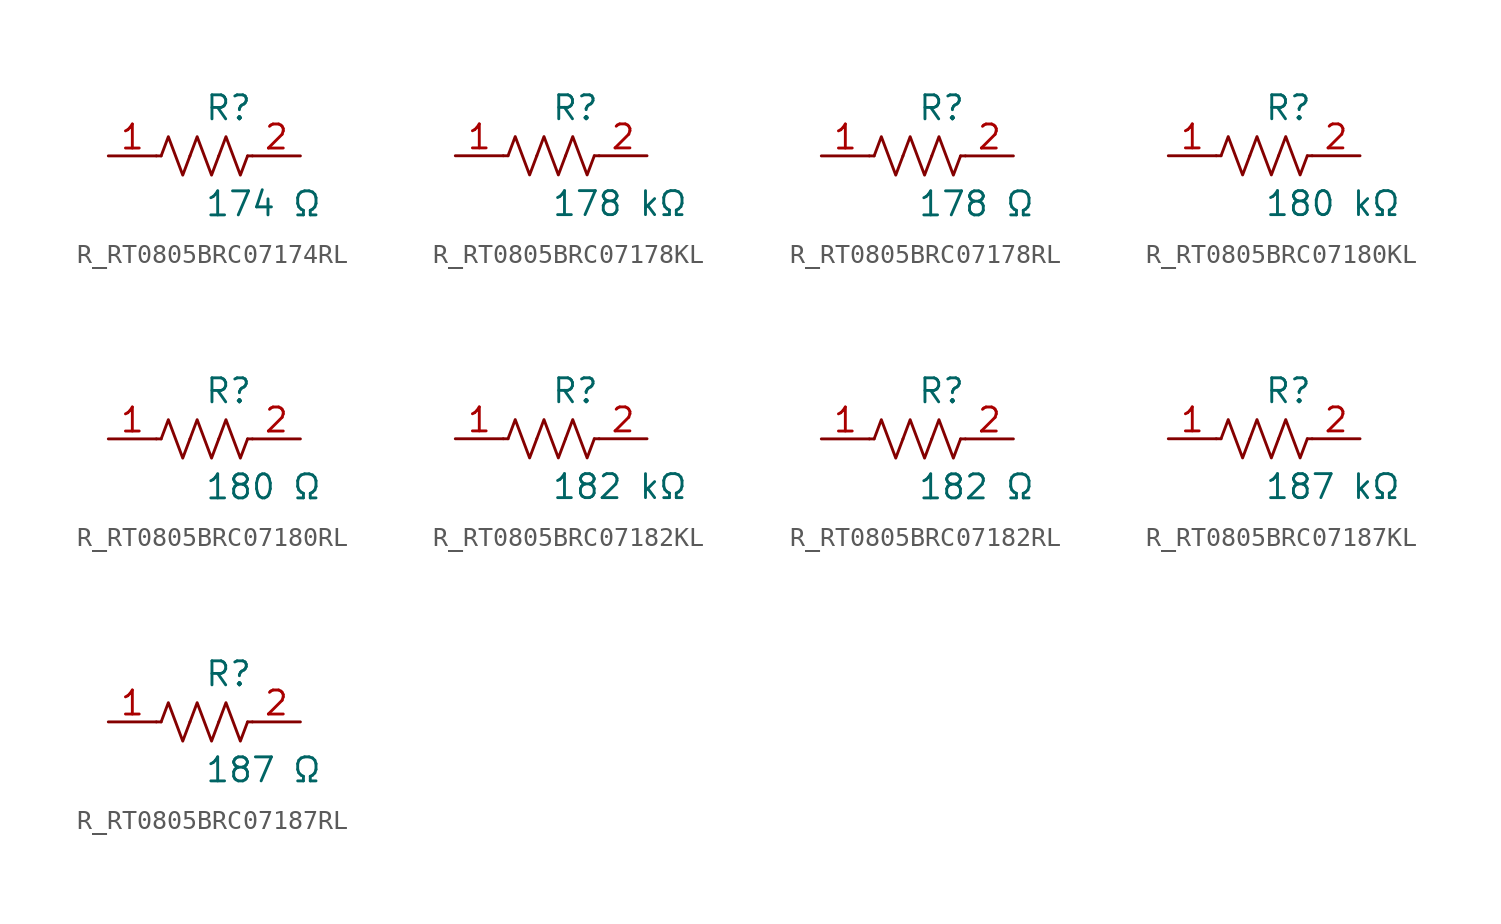
<source format=kicad_sym>
(kicad_symbol_lib
  (version 20231120)
  (generator kicad_symbol_editor)
  (generator_version 8.0)
  (symbol "R_RT0805BRC07174RL"
    (pin_names
      (offset 0.254))
    (property "Reference" "R"
      (at 0 2.54 0)
      (effects (font (size 1.27 1.27)) (justify left)))
    (property "Value" "174 Ω"
      (at 0 -2.54 0)
      (effects (font (size 1.27 1.27)) (justify left)))
    (symbol "R_RT0805BRC07174RL_0_1"
      (polyline (pts (xy 2.286 0) (xy 2.54 0)) (stroke (width 0) (type default)) (fill (type none)))
      (polyline (pts (xy -2.286 0) (xy -2.54 0)) (stroke (width 0) (type default)) (fill (type none)))
      (polyline (pts (xy 0.762 0) (xy 1.143 1.016) (xy 1.524 0) (xy 1.905 -1.016) (xy 2.286 0)) (stroke (width 0) (type default)) (fill (type none)))
      (polyline (pts (xy -0.762 0) (xy -0.381 1.016) (xy 0 0) (xy 0.381 -1.016) (xy 0.762 0)) (stroke (width 0) (type default)) (fill (type none)))
      (polyline (pts (xy -2.286 0) (xy -1.905 1.016) (xy -1.524 0) (xy -1.143 -1.016) (xy -0.762 0)) (stroke (width 0) (type default)) (fill (type none))))
    (pin unspecified line
      (at -5.08 0 0)
      (length 2.54)
      (name "" (effects (font (size 1.27 1.27))))
      (number "1" (effects (font (size 1.27 1.27)))))
    (pin unspecified line
      (at 5.08 0 180)
      (length 2.54)
      (name "" (effects (font (size 1.27 1.27))))
      (number "2" (effects (font (size 1.27 1.27))))))
  (symbol "R_RT0805BRC07178KL"
    (pin_names
      (offset 0.254))
    (property "Reference" "R"
      (at 0 2.54 0)
      (effects (font (size 1.27 1.27)) (justify left)))
    (property "Value" "178 kΩ"
      (at 0 -2.54 0)
      (effects (font (size 1.27 1.27)) (justify left)))
    (symbol "R_RT0805BRC07178KL_0_1"
      (polyline (pts (xy 2.286 0) (xy 2.54 0)) (stroke (width 0) (type default)) (fill (type none)))
      (polyline (pts (xy -2.286 0) (xy -2.54 0)) (stroke (width 0) (type default)) (fill (type none)))
      (polyline (pts (xy 0.762 0) (xy 1.143 1.016) (xy 1.524 0) (xy 1.905 -1.016) (xy 2.286 0)) (stroke (width 0) (type default)) (fill (type none)))
      (polyline (pts (xy -0.762 0) (xy -0.381 1.016) (xy 0 0) (xy 0.381 -1.016) (xy 0.762 0)) (stroke (width 0) (type default)) (fill (type none)))
      (polyline (pts (xy -2.286 0) (xy -1.905 1.016) (xy -1.524 0) (xy -1.143 -1.016) (xy -0.762 0)) (stroke (width 0) (type default)) (fill (type none))))
    (pin unspecified line
      (at -5.08 0 0)
      (length 2.54)
      (name "" (effects (font (size 1.27 1.27))))
      (number "1" (effects (font (size 1.27 1.27)))))
    (pin unspecified line
      (at 5.08 0 180)
      (length 2.54)
      (name "" (effects (font (size 1.27 1.27))))
      (number "2" (effects (font (size 1.27 1.27))))))
  (symbol "R_RT0805BRC07178RL"
    (pin_names
      (offset 0.254))
    (property "Reference" "R"
      (at 0 2.54 0)
      (effects (font (size 1.27 1.27)) (justify left)))
    (property "Value" "178 Ω"
      (at 0 -2.54 0)
      (effects (font (size 1.27 1.27)) (justify left)))
    (symbol "R_RT0805BRC07178RL_0_1"
      (polyline (pts (xy 2.286 0) (xy 2.54 0)) (stroke (width 0) (type default)) (fill (type none)))
      (polyline (pts (xy -2.286 0) (xy -2.54 0)) (stroke (width 0) (type default)) (fill (type none)))
      (polyline (pts (xy 0.762 0) (xy 1.143 1.016) (xy 1.524 0) (xy 1.905 -1.016) (xy 2.286 0)) (stroke (width 0) (type default)) (fill (type none)))
      (polyline (pts (xy -0.762 0) (xy -0.381 1.016) (xy 0 0) (xy 0.381 -1.016) (xy 0.762 0)) (stroke (width 0) (type default)) (fill (type none)))
      (polyline (pts (xy -2.286 0) (xy -1.905 1.016) (xy -1.524 0) (xy -1.143 -1.016) (xy -0.762 0)) (stroke (width 0) (type default)) (fill (type none))))
    (pin unspecified line
      (at -5.08 0 0)
      (length 2.54)
      (name "" (effects (font (size 1.27 1.27))))
      (number "1" (effects (font (size 1.27 1.27)))))
    (pin unspecified line
      (at 5.08 0 180)
      (length 2.54)
      (name "" (effects (font (size 1.27 1.27))))
      (number "2" (effects (font (size 1.27 1.27))))))
  (symbol "R_RT0805BRC07180KL"
    (pin_names
      (offset 0.254))
    (property "Reference" "R"
      (at 0 2.54 0)
      (effects (font (size 1.27 1.27)) (justify left)))
    (property "Value" "180 kΩ"
      (at 0 -2.54 0)
      (effects (font (size 1.27 1.27)) (justify left)))
    (symbol "R_RT0805BRC07180KL_0_1"
      (polyline (pts (xy 2.286 0) (xy 2.54 0)) (stroke (width 0) (type default)) (fill (type none)))
      (polyline (pts (xy -2.286 0) (xy -2.54 0)) (stroke (width 0) (type default)) (fill (type none)))
      (polyline (pts (xy 0.762 0) (xy 1.143 1.016) (xy 1.524 0) (xy 1.905 -1.016) (xy 2.286 0)) (stroke (width 0) (type default)) (fill (type none)))
      (polyline (pts (xy -0.762 0) (xy -0.381 1.016) (xy 0 0) (xy 0.381 -1.016) (xy 0.762 0)) (stroke (width 0) (type default)) (fill (type none)))
      (polyline (pts (xy -2.286 0) (xy -1.905 1.016) (xy -1.524 0) (xy -1.143 -1.016) (xy -0.762 0)) (stroke (width 0) (type default)) (fill (type none))))
    (pin unspecified line
      (at -5.08 0 0)
      (length 2.54)
      (name "" (effects (font (size 1.27 1.27))))
      (number "1" (effects (font (size 1.27 1.27)))))
    (pin unspecified line
      (at 5.08 0 180)
      (length 2.54)
      (name "" (effects (font (size 1.27 1.27))))
      (number "2" (effects (font (size 1.27 1.27))))))
  (symbol "R_RT0805BRC07180RL"
    (pin_names
      (offset 0.254))
    (property "Reference" "R"
      (at 0 2.54 0)
      (effects (font (size 1.27 1.27)) (justify left)))
    (property "Value" "180 Ω"
      (at 0 -2.54 0)
      (effects (font (size 1.27 1.27)) (justify left)))
    (symbol "R_RT0805BRC07180RL_0_1"
      (polyline (pts (xy 2.286 0) (xy 2.54 0)) (stroke (width 0) (type default)) (fill (type none)))
      (polyline (pts (xy -2.286 0) (xy -2.54 0)) (stroke (width 0) (type default)) (fill (type none)))
      (polyline (pts (xy 0.762 0) (xy 1.143 1.016) (xy 1.524 0) (xy 1.905 -1.016) (xy 2.286 0)) (stroke (width 0) (type default)) (fill (type none)))
      (polyline (pts (xy -0.762 0) (xy -0.381 1.016) (xy 0 0) (xy 0.381 -1.016) (xy 0.762 0)) (stroke (width 0) (type default)) (fill (type none)))
      (polyline (pts (xy -2.286 0) (xy -1.905 1.016) (xy -1.524 0) (xy -1.143 -1.016) (xy -0.762 0)) (stroke (width 0) (type default)) (fill (type none))))
    (pin unspecified line
      (at -5.08 0 0)
      (length 2.54)
      (name "" (effects (font (size 1.27 1.27))))
      (number "1" (effects (font (size 1.27 1.27)))))
    (pin unspecified line
      (at 5.08 0 180)
      (length 2.54)
      (name "" (effects (font (size 1.27 1.27))))
      (number "2" (effects (font (size 1.27 1.27))))))
  (symbol "R_RT0805BRC07182KL"
    (pin_names
      (offset 0.254))
    (property "Reference" "R"
      (at 0 2.54 0)
      (effects (font (size 1.27 1.27)) (justify left)))
    (property "Value" "182 kΩ"
      (at 0 -2.54 0)
      (effects (font (size 1.27 1.27)) (justify left)))
    (symbol "R_RT0805BRC07182KL_0_1"
      (polyline (pts (xy 2.286 0) (xy 2.54 0)) (stroke (width 0) (type default)) (fill (type none)))
      (polyline (pts (xy -2.286 0) (xy -2.54 0)) (stroke (width 0) (type default)) (fill (type none)))
      (polyline (pts (xy 0.762 0) (xy 1.143 1.016) (xy 1.524 0) (xy 1.905 -1.016) (xy 2.286 0)) (stroke (width 0) (type default)) (fill (type none)))
      (polyline (pts (xy -0.762 0) (xy -0.381 1.016) (xy 0 0) (xy 0.381 -1.016) (xy 0.762 0)) (stroke (width 0) (type default)) (fill (type none)))
      (polyline (pts (xy -2.286 0) (xy -1.905 1.016) (xy -1.524 0) (xy -1.143 -1.016) (xy -0.762 0)) (stroke (width 0) (type default)) (fill (type none))))
    (pin unspecified line
      (at -5.08 0 0)
      (length 2.54)
      (name "" (effects (font (size 1.27 1.27))))
      (number "1" (effects (font (size 1.27 1.27)))))
    (pin unspecified line
      (at 5.08 0 180)
      (length 2.54)
      (name "" (effects (font (size 1.27 1.27))))
      (number "2" (effects (font (size 1.27 1.27))))))
  (symbol "R_RT0805BRC07182RL"
    (pin_names
      (offset 0.254))
    (property "Reference" "R"
      (at 0 2.54 0)
      (effects (font (size 1.27 1.27)) (justify left)))
    (property "Value" "182 Ω"
      (at 0 -2.54 0)
      (effects (font (size 1.27 1.27)) (justify left)))
    (symbol "R_RT0805BRC07182RL_0_1"
      (polyline (pts (xy 2.286 0) (xy 2.54 0)) (stroke (width 0) (type default)) (fill (type none)))
      (polyline (pts (xy -2.286 0) (xy -2.54 0)) (stroke (width 0) (type default)) (fill (type none)))
      (polyline (pts (xy 0.762 0) (xy 1.143 1.016) (xy 1.524 0) (xy 1.905 -1.016) (xy 2.286 0)) (stroke (width 0) (type default)) (fill (type none)))
      (polyline (pts (xy -0.762 0) (xy -0.381 1.016) (xy 0 0) (xy 0.381 -1.016) (xy 0.762 0)) (stroke (width 0) (type default)) (fill (type none)))
      (polyline (pts (xy -2.286 0) (xy -1.905 1.016) (xy -1.524 0) (xy -1.143 -1.016) (xy -0.762 0)) (stroke (width 0) (type default)) (fill (type none))))
    (pin unspecified line
      (at -5.08 0 0)
      (length 2.54)
      (name "" (effects (font (size 1.27 1.27))))
      (number "1" (effects (font (size 1.27 1.27)))))
    (pin unspecified line
      (at 5.08 0 180)
      (length 2.54)
      (name "" (effects (font (size 1.27 1.27))))
      (number "2" (effects (font (size 1.27 1.27))))))
  (symbol "R_RT0805BRC07187KL"
    (pin_names
      (offset 0.254))
    (property "Reference" "R"
      (at 0 2.54 0)
      (effects (font (size 1.27 1.27)) (justify left)))
    (property "Value" "187 kΩ"
      (at 0 -2.54 0)
      (effects (font (size 1.27 1.27)) (justify left)))
    (symbol "R_RT0805BRC07187KL_0_1"
      (polyline (pts (xy 2.286 0) (xy 2.54 0)) (stroke (width 0) (type default)) (fill (type none)))
      (polyline (pts (xy -2.286 0) (xy -2.54 0)) (stroke (width 0) (type default)) (fill (type none)))
      (polyline (pts (xy 0.762 0) (xy 1.143 1.016) (xy 1.524 0) (xy 1.905 -1.016) (xy 2.286 0)) (stroke (width 0) (type default)) (fill (type none)))
      (polyline (pts (xy -0.762 0) (xy -0.381 1.016) (xy 0 0) (xy 0.381 -1.016) (xy 0.762 0)) (stroke (width 0) (type default)) (fill (type none)))
      (polyline (pts (xy -2.286 0) (xy -1.905 1.016) (xy -1.524 0) (xy -1.143 -1.016) (xy -0.762 0)) (stroke (width 0) (type default)) (fill (type none))))
    (pin unspecified line
      (at -5.08 0 0)
      (length 2.54)
      (name "" (effects (font (size 1.27 1.27))))
      (number "1" (effects (font (size 1.27 1.27)))))
    (pin unspecified line
      (at 5.08 0 180)
      (length 2.54)
      (name "" (effects (font (size 1.27 1.27))))
      (number "2" (effects (font (size 1.27 1.27))))))
  (symbol "R_RT0805BRC07187RL"
    (pin_names
      (offset 0.254))
    (property "Reference" "R"
      (at 0 2.54 0)
      (effects (font (size 1.27 1.27)) (justify left)))
    (property "Value" "187 Ω"
      (at 0 -2.54 0)
      (effects (font (size 1.27 1.27)) (justify left)))
    (symbol "R_RT0805BRC07187RL_0_1"
      (polyline (pts (xy 2.286 0) (xy 2.54 0)) (stroke (width 0) (type default)) (fill (type none)))
      (polyline (pts (xy -2.286 0) (xy -2.54 0)) (stroke (width 0) (type default)) (fill (type none)))
      (polyline (pts (xy 0.762 0) (xy 1.143 1.016) (xy 1.524 0) (xy 1.905 -1.016) (xy 2.286 0)) (stroke (width 0) (type default)) (fill (type none)))
      (polyline (pts (xy -0.762 0) (xy -0.381 1.016) (xy 0 0) (xy 0.381 -1.016) (xy 0.762 0)) (stroke (width 0) (type default)) (fill (type none)))
      (polyline (pts (xy -2.286 0) (xy -1.905 1.016) (xy -1.524 0) (xy -1.143 -1.016) (xy -0.762 0)) (stroke (width 0) (type default)) (fill (type none))))
    (pin unspecified line
      (at -5.08 0 0)
      (length 2.54)
      (name "" (effects (font (size 1.27 1.27))))
      (number "1" (effects (font (size 1.27 1.27)))))
    (pin unspecified line
      (at 5.08 0 180)
      (length 2.54)
      (name "" (effects (font (size 1.27 1.27))))
      (number "2" (effects (font (size 1.27 1.27)))))))
</source>
